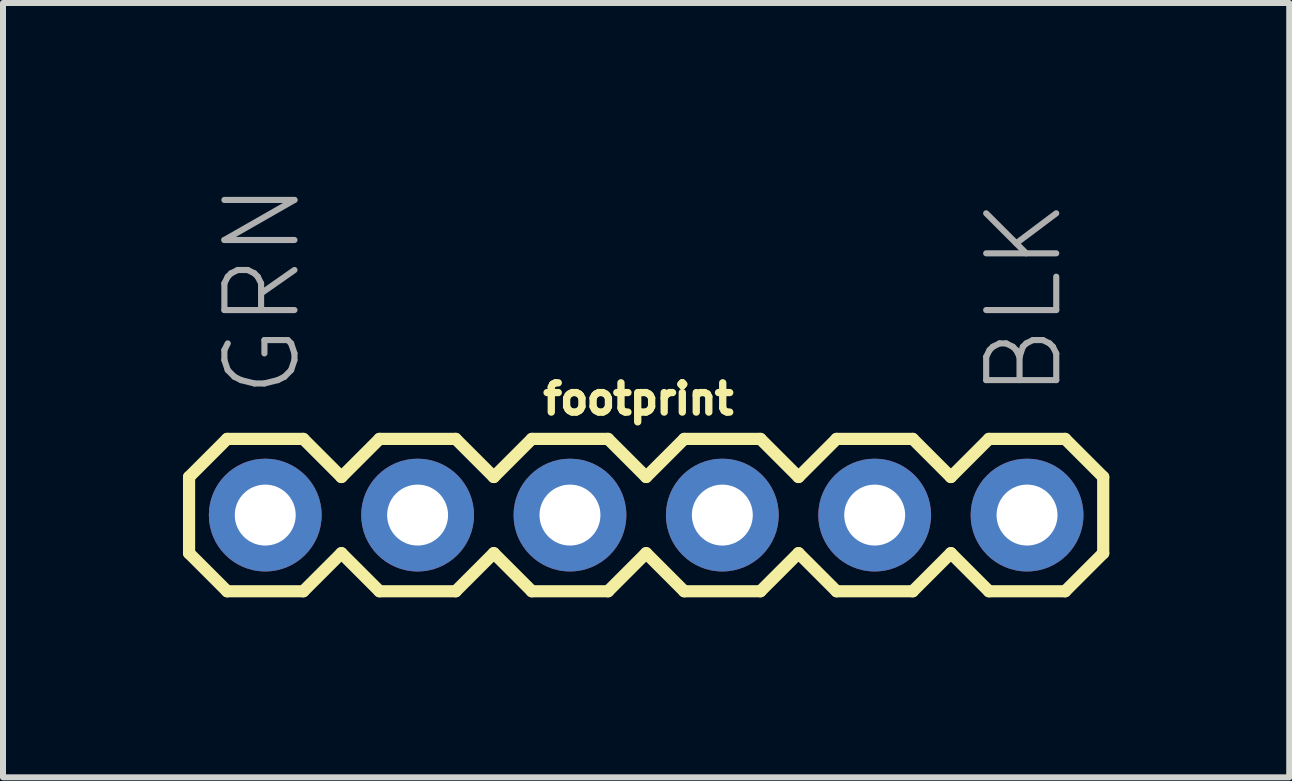
<source format=kicad_pcb>
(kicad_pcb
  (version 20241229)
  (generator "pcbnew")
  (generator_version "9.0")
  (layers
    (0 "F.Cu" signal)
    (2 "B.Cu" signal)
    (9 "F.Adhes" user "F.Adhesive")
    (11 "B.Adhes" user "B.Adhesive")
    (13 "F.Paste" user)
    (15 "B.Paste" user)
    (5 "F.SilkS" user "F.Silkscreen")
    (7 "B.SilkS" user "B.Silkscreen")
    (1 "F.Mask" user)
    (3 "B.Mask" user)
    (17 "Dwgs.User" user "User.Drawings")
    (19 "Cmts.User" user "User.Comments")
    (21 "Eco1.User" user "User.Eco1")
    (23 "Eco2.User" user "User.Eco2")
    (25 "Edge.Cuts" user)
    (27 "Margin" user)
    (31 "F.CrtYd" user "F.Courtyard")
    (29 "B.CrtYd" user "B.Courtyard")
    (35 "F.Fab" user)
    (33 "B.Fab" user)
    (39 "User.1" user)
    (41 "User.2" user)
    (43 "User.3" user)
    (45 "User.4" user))
  (footprint "footprint"
    (layer "F.Cu")
    (at 1.372 5.537)
    (property "Reference" "footprint" (at 4.572 -1.651 0) (layer "F.SilkS") (effects (font (size 0.488 0.488) (thickness 0.122)) (justify left bottom)))
    (fp_line (start -1.27 -0.635) (end -1.27 0.635) (stroke (width 0.203) (type solid)) (layer "F.SilkS"))
    (fp_line (start -1.27 0.635) (end -0.635 1.27) (stroke (width 0.203) (type solid)) (layer "F.SilkS"))
    (fp_line (start -0.635 -1.27) (end -1.27 -0.635) (stroke (width 0.203) (type solid)) (layer "F.SilkS"))
    (fp_line (start -0.635 -1.27) (end 0.635 -1.27) (stroke (width 0.203) (type solid)) (layer "F.SilkS"))
    (fp_line (start 0.635 -1.27) (end 1.27 -0.635) (stroke (width 0.203) (type solid)) (layer "F.SilkS"))
    (fp_line (start 0.635 1.27) (end -0.635 1.27) (stroke (width 0.203) (type solid)) (layer "F.SilkS"))
    (fp_line (start 1.27 -0.635) (end 1.905 -1.27) (stroke (width 0.203) (type solid)) (layer "F.SilkS"))
    (fp_line (start 1.27 0.635) (end 0.635 1.27) (stroke (width 0.203) (type solid)) (layer "F.SilkS"))
    (fp_line (start 1.905 -1.27) (end 3.175 -1.27) (stroke (width 0.203) (type solid)) (layer "F.SilkS"))
    (fp_line (start 1.905 1.27) (end 1.27 0.635) (stroke (width 0.203) (type solid)) (layer "F.SilkS"))
    (fp_line (start 3.175 -1.27) (end 3.81 -0.635) (stroke (width 0.203) (type solid)) (layer "F.SilkS"))
    (fp_line (start 3.175 1.27) (end 1.905 1.27) (stroke (width 0.203) (type solid)) (layer "F.SilkS"))
    (fp_line (start 3.81 -0.635) (end 4.445 -1.27) (stroke (width 0.203) (type solid)) (layer "F.SilkS"))
    (fp_line (start 3.81 0.635) (end 3.175 1.27) (stroke (width 0.203) (type solid)) (layer "F.SilkS"))
    (fp_line (start 4.445 -1.27) (end 5.715 -1.27) (stroke (width 0.203) (type solid)) (layer "F.SilkS"))
    (fp_line (start 4.445 1.27) (end 3.81 0.635) (stroke (width 0.203) (type solid)) (layer "F.SilkS"))
    (fp_line (start 5.715 -1.27) (end 6.35 -0.635) (stroke (width 0.203) (type solid)) (layer "F.SilkS"))
    (fp_line (start 5.715 1.27) (end 4.445 1.27) (stroke (width 0.203) (type solid)) (layer "F.SilkS"))
    (fp_line (start 6.35 0.635) (end 5.715 1.27) (stroke (width 0.203) (type solid)) (layer "F.SilkS"))
    (fp_line (start 6.35 0.635) (end 6.985 1.27) (stroke (width 0.203) (type solid)) (layer "F.SilkS"))
    (fp_line (start 6.985 -1.27) (end 6.35 -0.635) (stroke (width 0.203) (type solid)) (layer "F.SilkS"))
    (fp_line (start 6.985 -1.27) (end 8.255 -1.27) (stroke (width 0.203) (type solid)) (layer "F.SilkS"))
    (fp_line (start 8.255 -1.27) (end 8.89 -0.635) (stroke (width 0.203) (type solid)) (layer "F.SilkS"))
    (fp_line (start 8.255 1.27) (end 6.985 1.27) (stroke (width 0.203) (type solid)) (layer "F.SilkS"))
    (fp_line (start 8.89 -0.635) (end 9.525 -1.27) (stroke (width 0.203) (type solid)) (layer "F.SilkS"))
    (fp_line (start 8.89 0.635) (end 8.255 1.27) (stroke (width 0.203) (type solid)) (layer "F.SilkS"))
    (fp_line (start 9.525 -1.27) (end 10.795 -1.27) (stroke (width 0.203) (type solid)) (layer "F.SilkS"))
    (fp_line (start 9.525 1.27) (end 8.89 0.635) (stroke (width 0.203) (type solid)) (layer "F.SilkS"))
    (fp_line (start 10.795 -1.27) (end 11.43 -0.635) (stroke (width 0.203) (type solid)) (layer "F.SilkS"))
    (fp_line (start 10.795 1.27) (end 9.525 1.27) (stroke (width 0.203) (type solid)) (layer "F.SilkS"))
    (fp_line (start 11.43 -0.635) (end 12.065 -1.27) (stroke (width 0.203) (type solid)) (layer "F.SilkS"))
    (fp_line (start 11.43 0.635) (end 10.795 1.27) (stroke (width 0.203) (type solid)) (layer "F.SilkS"))
    (fp_line (start 12.065 -1.27) (end 13.335 -1.27) (stroke (width 0.203) (type solid)) (layer "F.SilkS"))
    (fp_line (start 12.065 1.27) (end 11.43 0.635) (stroke (width 0.203) (type solid)) (layer "F.SilkS"))
    (fp_line (start 13.335 -1.27) (end 13.97 -0.635) (stroke (width 0.203) (type solid)) (layer "F.SilkS"))
    (fp_line (start 13.335 1.27) (end 12.065 1.27) (stroke (width 0.203) (type solid)) (layer "F.SilkS"))
    (fp_line (start 13.97 -0.635) (end 13.97 0.635) (stroke (width 0.203) (type solid)) (layer "F.SilkS"))
    (fp_line (start 13.97 0.635) (end 13.335 1.27) (stroke (width 0.203) (type solid)) (layer "F.SilkS"))
    (fp_poly (pts (xy -0.254 0.254) (xy 0.254 0.254) (xy 0.254 -0.254) (xy -0.254 -0.254)) (stroke (width 0.1) (type solid)) (fill no) (layer "F.Fab"))
    (fp_poly (pts (xy 2.286 0.254) (xy 2.794 0.254) (xy 2.794 -0.254) (xy 2.286 -0.254)) (stroke (width 0.1) (type solid)) (fill no) (layer "F.Fab"))
    (fp_poly (pts (xy 4.826 0.254) (xy 5.334 0.254) (xy 5.334 -0.254) (xy 4.826 -0.254)) (stroke (width 0.1) (type solid)) (fill no) (layer "F.Fab"))
    (fp_poly (pts (xy 7.366 0.254) (xy 7.874 0.254) (xy 7.874 -0.254) (xy 7.366 -0.254)) (stroke (width 0.1) (type solid)) (fill no) (layer "F.Fab"))
    (fp_poly (pts (xy 9.906 0.254) (xy 10.414 0.254) (xy 10.414 -0.254) (xy 9.906 -0.254)) (stroke (width 0.1) (type solid)) (fill no) (layer "F.Fab"))
    (fp_poly (pts (xy 12.446 0.254) (xy 12.954 0.254) (xy 12.954 -0.254) (xy 12.446 -0.254)) (stroke (width 0.1) (type solid)) (fill no) (layer "F.Fab"))
    (fp_text user "BLK" (at 13.335 -1.905 90) (layer "F.Fab") (effects (font (size 1.168 1.168) (thickness 0.102)) (justify left bottom)))
    (fp_text user "GRN" (at 0.635 -1.905 90) (layer "F.Fab") (effects (font (size 1.168 1.168) (thickness 0.102)) (justify left bottom)))
    (pad "CTS" thru_hole circle (at 10.16 0 90) (size 1.88 1.88) (drill 1.016) (layers "*.Cu" "*.Mask"))
    (pad "DTR" thru_hole circle (at 0 0 90) (size 1.88 1.88) (drill 1.016) (layers "*.Cu" "*.Mask"))
    (pad "GND" thru_hole circle (at 12.7 0 90) (size 1.88 1.88) (drill 1.016) (layers "*.Cu" "*.Mask"))
    (pad "RXI" thru_hole circle (at 2.54 0 90) (size 1.88 1.88) (drill 1.016) (layers "*.Cu" "*.Mask"))
    (pad "TXO" thru_hole circle (at 5.08 0 90) (size 1.88 1.88) (drill 1.016) (layers "*.Cu" "*.Mask"))
    (pad "VCC" thru_hole circle (at 7.62 0 90) (size 1.88 1.88) (drill 1.016) (layers "*.Cu" "*.Mask")))
  (gr_rect
    (start -3 -3)
    (end 18.443 9.909)
    (stroke (width 0.1) (type default))
    (fill no)
    (layer "Edge.Cuts")))
</source>
